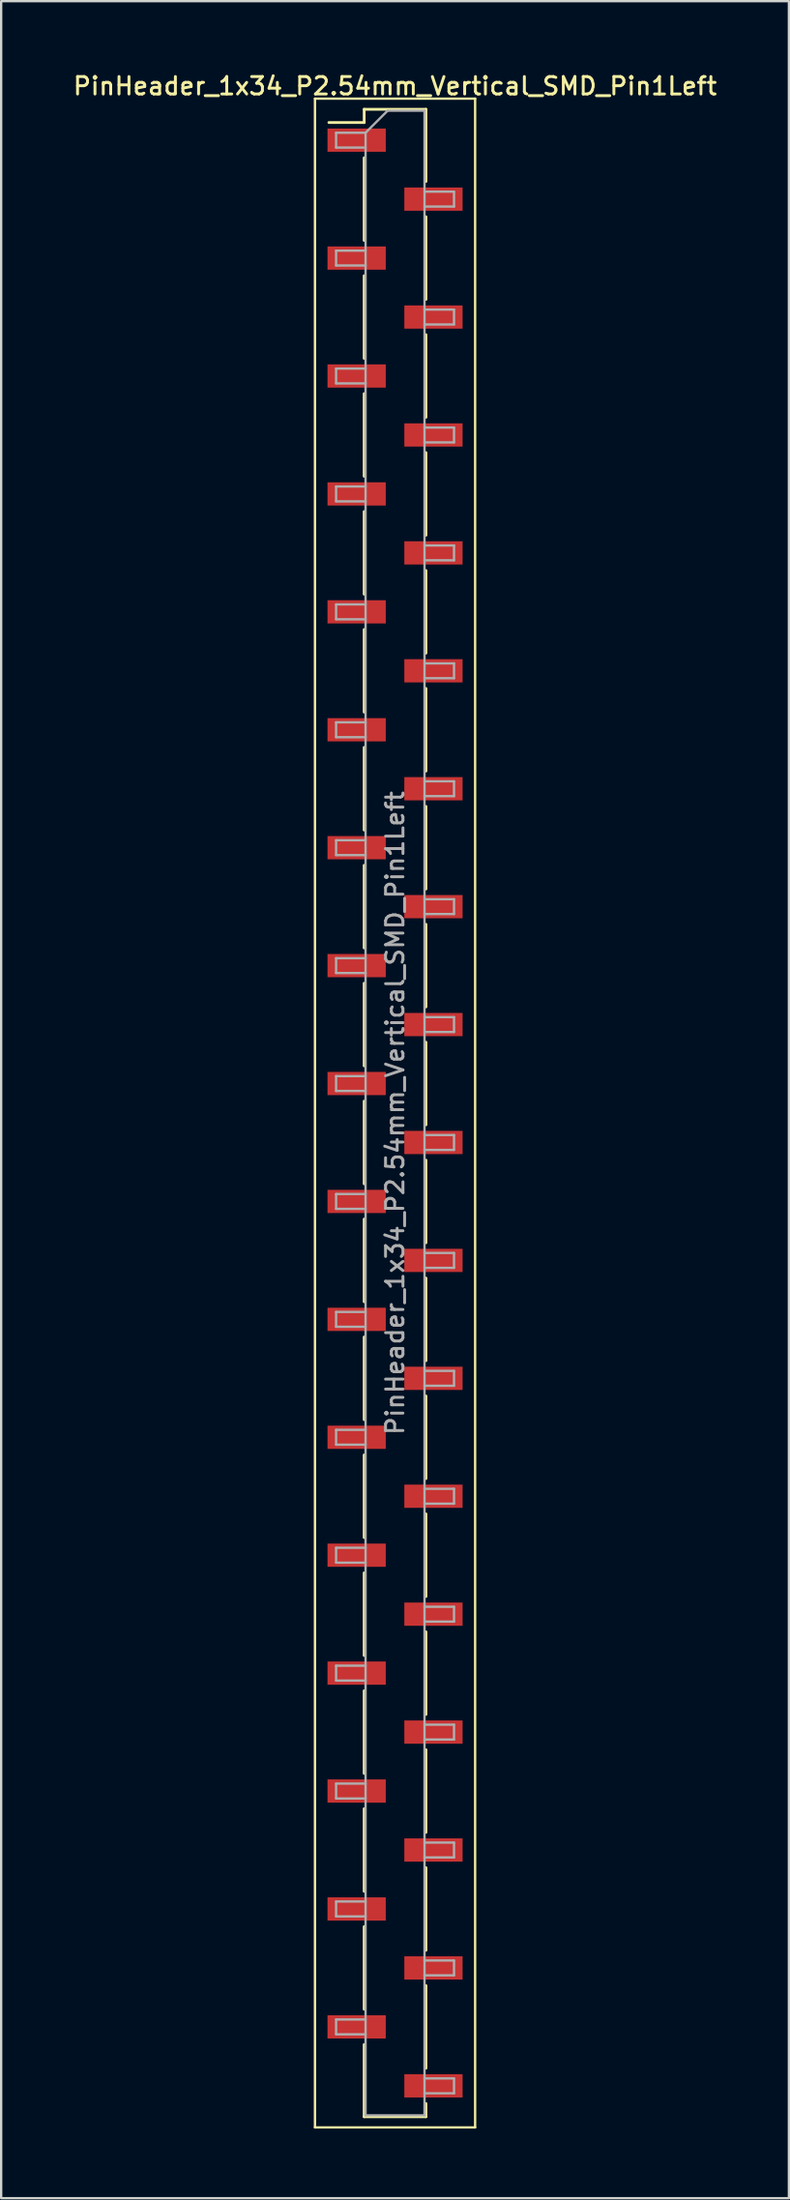
<source format=kicad_pcb>
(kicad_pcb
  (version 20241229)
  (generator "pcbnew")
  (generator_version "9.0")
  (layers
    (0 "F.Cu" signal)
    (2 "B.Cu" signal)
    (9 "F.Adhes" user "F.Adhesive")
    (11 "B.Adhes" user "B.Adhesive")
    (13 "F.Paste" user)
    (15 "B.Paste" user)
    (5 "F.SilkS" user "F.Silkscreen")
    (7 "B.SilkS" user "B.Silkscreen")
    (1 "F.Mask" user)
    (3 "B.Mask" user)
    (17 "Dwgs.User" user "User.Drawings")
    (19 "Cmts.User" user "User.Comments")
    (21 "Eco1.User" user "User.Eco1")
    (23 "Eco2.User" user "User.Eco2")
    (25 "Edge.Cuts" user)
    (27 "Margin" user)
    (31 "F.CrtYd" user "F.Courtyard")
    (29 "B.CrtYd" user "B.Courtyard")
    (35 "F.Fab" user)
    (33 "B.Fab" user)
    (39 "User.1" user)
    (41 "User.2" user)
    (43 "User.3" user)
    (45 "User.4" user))
  (footprint "PinHeader_1x34_P2.54mm_Vertical_SMD_Pin1Left"
    (layer "F.Cu")
    (at 13.97 44.898)
    (property "Reference" "PinHeader_1x34_P2.54mm_Vertical_SMD_Pin1Left" (at 0 -44.24 0) (layer "F.SilkS") (effects (font (size 0.75 0.75) (thickness 0.125))))
    (attr smd)
    (fp_line (start -3.45 -43.7) (end -3.45 43.7) (stroke (width 0.1) (type solid)) (layer "F.SilkS"))
    (fp_line (start -3.45 43.7) (end 3.45 43.7) (stroke (width 0.1) (type solid)) (layer "F.SilkS"))
    (fp_line (start -1.33 -43.24) (end -1.33 -42.67) (stroke (width 0.12) (type solid)) (layer "F.SilkS"))
    (fp_line (start -1.33 -43.24) (end 1.33 -43.24) (stroke (width 0.12) (type solid)) (layer "F.SilkS"))
    (fp_line (start -1.33 -42.67) (end -2.85 -42.67) (stroke (width 0.12) (type solid)) (layer "F.SilkS"))
    (fp_line (start -1.33 -41.15) (end -1.33 -37.59) (stroke (width 0.12) (type solid)) (layer "F.SilkS"))
    (fp_line (start -1.33 -36.07) (end -1.33 -32.51) (stroke (width 0.12) (type solid)) (layer "F.SilkS"))
    (fp_line (start -1.33 -30.99) (end -1.33 -27.43) (stroke (width 0.12) (type solid)) (layer "F.SilkS"))
    (fp_line (start -1.33 -25.91) (end -1.33 -22.35) (stroke (width 0.12) (type solid)) (layer "F.SilkS"))
    (fp_line (start -1.33 -20.83) (end -1.33 -17.27) (stroke (width 0.12) (type solid)) (layer "F.SilkS"))
    (fp_line (start -1.33 -15.75) (end -1.33 -12.19) (stroke (width 0.12) (type solid)) (layer "F.SilkS"))
    (fp_line (start -1.33 -10.67) (end -1.33 -7.11) (stroke (width 0.12) (type solid)) (layer "F.SilkS"))
    (fp_line (start -1.33 -5.59) (end -1.33 -2.03) (stroke (width 0.12) (type solid)) (layer "F.SilkS"))
    (fp_line (start -1.33 -0.51) (end -1.33 3.05) (stroke (width 0.12) (type solid)) (layer "F.SilkS"))
    (fp_line (start -1.33 4.57) (end -1.33 8.13) (stroke (width 0.12) (type solid)) (layer "F.SilkS"))
    (fp_line (start -1.33 9.65) (end -1.33 13.21) (stroke (width 0.12) (type solid)) (layer "F.SilkS"))
    (fp_line (start -1.33 14.73) (end -1.33 18.29) (stroke (width 0.12) (type solid)) (layer "F.SilkS"))
    (fp_line (start -1.33 19.81) (end -1.33 23.37) (stroke (width 0.12) (type solid)) (layer "F.SilkS"))
    (fp_line (start -1.33 24.89) (end -1.33 28.45) (stroke (width 0.12) (type solid)) (layer "F.SilkS"))
    (fp_line (start -1.33 29.97) (end -1.33 33.53) (stroke (width 0.12) (type solid)) (layer "F.SilkS"))
    (fp_line (start -1.33 35.05) (end -1.33 38.61) (stroke (width 0.12) (type solid)) (layer "F.SilkS"))
    (fp_line (start -1.33 40.13) (end -1.33 43.24) (stroke (width 0.12) (type solid)) (layer "F.SilkS"))
    (fp_line (start -1.33 43.24) (end 1.33 43.24) (stroke (width 0.12) (type solid)) (layer "F.SilkS"))
    (fp_line (start 1.33 -43.24) (end 1.33 -40.13) (stroke (width 0.12) (type solid)) (layer "F.SilkS"))
    (fp_line (start 1.33 -38.61) (end 1.33 -35.05) (stroke (width 0.12) (type solid)) (layer "F.SilkS"))
    (fp_line (start 1.33 -33.53) (end 1.33 -29.97) (stroke (width 0.12) (type solid)) (layer "F.SilkS"))
    (fp_line (start 1.33 -28.45) (end 1.33 -24.89) (stroke (width 0.12) (type solid)) (layer "F.SilkS"))
    (fp_line (start 1.33 -23.37) (end 1.33 -19.81) (stroke (width 0.12) (type solid)) (layer "F.SilkS"))
    (fp_line (start 1.33 -18.29) (end 1.33 -14.73) (stroke (width 0.12) (type solid)) (layer "F.SilkS"))
    (fp_line (start 1.33 -13.21) (end 1.33 -9.65) (stroke (width 0.12) (type solid)) (layer "F.SilkS"))
    (fp_line (start 1.33 -8.13) (end 1.33 -4.57) (stroke (width 0.12) (type solid)) (layer "F.SilkS"))
    (fp_line (start 1.33 -3.05) (end 1.33 0.51) (stroke (width 0.12) (type solid)) (layer "F.SilkS"))
    (fp_line (start 1.33 2.03) (end 1.33 5.59) (stroke (width 0.12) (type solid)) (layer "F.SilkS"))
    (fp_line (start 1.33 7.11) (end 1.33 10.67) (stroke (width 0.12) (type solid)) (layer "F.SilkS"))
    (fp_line (start 1.33 12.19) (end 1.33 15.75) (stroke (width 0.12) (type solid)) (layer "F.SilkS"))
    (fp_line (start 1.33 17.27) (end 1.33 20.83) (stroke (width 0.12) (type solid)) (layer "F.SilkS"))
    (fp_line (start 1.33 22.35) (end 1.33 25.91) (stroke (width 0.12) (type solid)) (layer "F.SilkS"))
    (fp_line (start 1.33 27.43) (end 1.33 30.99) (stroke (width 0.12) (type solid)) (layer "F.SilkS"))
    (fp_line (start 1.33 32.51) (end 1.33 36.07) (stroke (width 0.12) (type solid)) (layer "F.SilkS"))
    (fp_line (start 1.33 37.59) (end 1.33 41.15) (stroke (width 0.12) (type solid)) (layer "F.SilkS"))
    (fp_line (start 1.33 42.67) (end 1.33 43.24) (stroke (width 0.12) (type solid)) (layer "F.SilkS"))
    (fp_line (start 3.45 -43.7) (end -3.45 -43.7) (stroke (width 0.1) (type solid)) (layer "F.SilkS"))
    (fp_line (start 3.45 43.7) (end 3.45 -43.7) (stroke (width 0.1) (type solid)) (layer "F.SilkS"))
    (fp_line (start -2.54 -42.23) (end -2.54 -41.59) (stroke (width 0.1) (type solid)) (layer "F.Fab"))
    (fp_line (start -2.54 -41.59) (end -1.27 -41.59) (stroke (width 0.1) (type solid)) (layer "F.Fab"))
    (fp_line (start -2.54 -37.15) (end -2.54 -36.51) (stroke (width 0.1) (type solid)) (layer "F.Fab"))
    (fp_line (start -2.54 -36.51) (end -1.27 -36.51) (stroke (width 0.1) (type solid)) (layer "F.Fab"))
    (fp_line (start -2.54 -32.07) (end -2.54 -31.43) (stroke (width 0.1) (type solid)) (layer "F.Fab"))
    (fp_line (start -2.54 -31.43) (end -1.27 -31.43) (stroke (width 0.1) (type solid)) (layer "F.Fab"))
    (fp_line (start -2.54 -26.99) (end -2.54 -26.35) (stroke (width 0.1) (type solid)) (layer "F.Fab"))
    (fp_line (start -2.54 -26.35) (end -1.27 -26.35) (stroke (width 0.1) (type solid)) (layer "F.Fab"))
    (fp_line (start -2.54 -21.91) (end -2.54 -21.27) (stroke (width 0.1) (type solid)) (layer "F.Fab"))
    (fp_line (start -2.54 -21.27) (end -1.27 -21.27) (stroke (width 0.1) (type solid)) (layer "F.Fab"))
    (fp_line (start -2.54 -16.83) (end -2.54 -16.19) (stroke (width 0.1) (type solid)) (layer "F.Fab"))
    (fp_line (start -2.54 -16.19) (end -1.27 -16.19) (stroke (width 0.1) (type solid)) (layer "F.Fab"))
    (fp_line (start -2.54 -11.75) (end -2.54 -11.11) (stroke (width 0.1) (type solid)) (layer "F.Fab"))
    (fp_line (start -2.54 -11.11) (end -1.27 -11.11) (stroke (width 0.1) (type solid)) (layer "F.Fab"))
    (fp_line (start -2.54 -6.67) (end -2.54 -6.03) (stroke (width 0.1) (type solid)) (layer "F.Fab"))
    (fp_line (start -2.54 -6.03) (end -1.27 -6.03) (stroke (width 0.1) (type solid)) (layer "F.Fab"))
    (fp_line (start -2.54 -1.59) (end -2.54 -0.95) (stroke (width 0.1) (type solid)) (layer "F.Fab"))
    (fp_line (start -2.54 -0.95) (end -1.27 -0.95) (stroke (width 0.1) (type solid)) (layer "F.Fab"))
    (fp_line (start -2.54 3.49) (end -2.54 4.13) (stroke (width 0.1) (type solid)) (layer "F.Fab"))
    (fp_line (start -2.54 4.13) (end -1.27 4.13) (stroke (width 0.1) (type solid)) (layer "F.Fab"))
    (fp_line (start -2.54 8.57) (end -2.54 9.21) (stroke (width 0.1) (type solid)) (layer "F.Fab"))
    (fp_line (start -2.54 9.21) (end -1.27 9.21) (stroke (width 0.1) (type solid)) (layer "F.Fab"))
    (fp_line (start -2.54 13.65) (end -2.54 14.29) (stroke (width 0.1) (type solid)) (layer "F.Fab"))
    (fp_line (start -2.54 14.29) (end -1.27 14.29) (stroke (width 0.1) (type solid)) (layer "F.Fab"))
    (fp_line (start -2.54 18.73) (end -2.54 19.37) (stroke (width 0.1) (type solid)) (layer "F.Fab"))
    (fp_line (start -2.54 19.37) (end -1.27 19.37) (stroke (width 0.1) (type solid)) (layer "F.Fab"))
    (fp_line (start -2.54 23.81) (end -2.54 24.45) (stroke (width 0.1) (type solid)) (layer "F.Fab"))
    (fp_line (start -2.54 24.45) (end -1.27 24.45) (stroke (width 0.1) (type solid)) (layer "F.Fab"))
    (fp_line (start -2.54 28.89) (end -2.54 29.53) (stroke (width 0.1) (type solid)) (layer "F.Fab"))
    (fp_line (start -2.54 29.53) (end -1.27 29.53) (stroke (width 0.1) (type solid)) (layer "F.Fab"))
    (fp_line (start -2.54 33.97) (end -2.54 34.61) (stroke (width 0.1) (type solid)) (layer "F.Fab"))
    (fp_line (start -2.54 34.61) (end -1.27 34.61) (stroke (width 0.1) (type solid)) (layer "F.Fab"))
    (fp_line (start -2.54 39.05) (end -2.54 39.69) (stroke (width 0.1) (type solid)) (layer "F.Fab"))
    (fp_line (start -2.54 39.69) (end -1.27 39.69) (stroke (width 0.1) (type solid)) (layer "F.Fab"))
    (fp_line (start -1.27 -42.23) (end -2.54 -42.23) (stroke (width 0.1) (type solid)) (layer "F.Fab"))
    (fp_line (start -1.27 -42.23) (end -0.32 -43.18) (stroke (width 0.1) (type solid)) (layer "F.Fab"))
    (fp_line (start -1.27 -37.15) (end -2.54 -37.15) (stroke (width 0.1) (type solid)) (layer "F.Fab"))
    (fp_line (start -1.27 -32.07) (end -2.54 -32.07) (stroke (width 0.1) (type solid)) (layer "F.Fab"))
    (fp_line (start -1.27 -26.99) (end -2.54 -26.99) (stroke (width 0.1) (type solid)) (layer "F.Fab"))
    (fp_line (start -1.27 -21.91) (end -2.54 -21.91) (stroke (width 0.1) (type solid)) (layer "F.Fab"))
    (fp_line (start -1.27 -16.83) (end -2.54 -16.83) (stroke (width 0.1) (type solid)) (layer "F.Fab"))
    (fp_line (start -1.27 -11.75) (end -2.54 -11.75) (stroke (width 0.1) (type solid)) (layer "F.Fab"))
    (fp_line (start -1.27 -6.67) (end -2.54 -6.67) (stroke (width 0.1) (type solid)) (layer "F.Fab"))
    (fp_line (start -1.27 -1.59) (end -2.54 -1.59) (stroke (width 0.1) (type solid)) (layer "F.Fab"))
    (fp_line (start -1.27 3.49) (end -2.54 3.49) (stroke (width 0.1) (type solid)) (layer "F.Fab"))
    (fp_line (start -1.27 8.57) (end -2.54 8.57) (stroke (width 0.1) (type solid)) (layer "F.Fab"))
    (fp_line (start -1.27 13.65) (end -2.54 13.65) (stroke (width 0.1) (type solid)) (layer "F.Fab"))
    (fp_line (start -1.27 18.73) (end -2.54 18.73) (stroke (width 0.1) (type solid)) (layer "F.Fab"))
    (fp_line (start -1.27 23.81) (end -2.54 23.81) (stroke (width 0.1) (type solid)) (layer "F.Fab"))
    (fp_line (start -1.27 28.89) (end -2.54 28.89) (stroke (width 0.1) (type solid)) (layer "F.Fab"))
    (fp_line (start -1.27 33.97) (end -2.54 33.97) (stroke (width 0.1) (type solid)) (layer "F.Fab"))
    (fp_line (start -1.27 39.05) (end -2.54 39.05) (stroke (width 0.1) (type solid)) (layer "F.Fab"))
    (fp_line (start -1.27 43.18) (end -1.27 -42.23) (stroke (width 0.1) (type solid)) (layer "F.Fab"))
    (fp_line (start -0.32 -43.18) (end 1.27 -43.18) (stroke (width 0.1) (type solid)) (layer "F.Fab"))
    (fp_line (start 1.27 -43.18) (end 1.27 43.18) (stroke (width 0.1) (type solid)) (layer "F.Fab"))
    (fp_line (start 1.27 -39.69) (end 2.54 -39.69) (stroke (width 0.1) (type solid)) (layer "F.Fab"))
    (fp_line (start 1.27 -34.61) (end 2.54 -34.61) (stroke (width 0.1) (type solid)) (layer "F.Fab"))
    (fp_line (start 1.27 -29.53) (end 2.54 -29.53) (stroke (width 0.1) (type solid)) (layer "F.Fab"))
    (fp_line (start 1.27 -24.45) (end 2.54 -24.45) (stroke (width 0.1) (type solid)) (layer "F.Fab"))
    (fp_line (start 1.27 -19.37) (end 2.54 -19.37) (stroke (width 0.1) (type solid)) (layer "F.Fab"))
    (fp_line (start 1.27 -14.29) (end 2.54 -14.29) (stroke (width 0.1) (type solid)) (layer "F.Fab"))
    (fp_line (start 1.27 -9.21) (end 2.54 -9.21) (stroke (width 0.1) (type solid)) (layer "F.Fab"))
    (fp_line (start 1.27 -4.13) (end 2.54 -4.13) (stroke (width 0.1) (type solid)) (layer "F.Fab"))
    (fp_line (start 1.27 0.95) (end 2.54 0.95) (stroke (width 0.1) (type solid)) (layer "F.Fab"))
    (fp_line (start 1.27 6.03) (end 2.54 6.03) (stroke (width 0.1) (type solid)) (layer "F.Fab"))
    (fp_line (start 1.27 11.11) (end 2.54 11.11) (stroke (width 0.1) (type solid)) (layer "F.Fab"))
    (fp_line (start 1.27 16.19) (end 2.54 16.19) (stroke (width 0.1) (type solid)) (layer "F.Fab"))
    (fp_line (start 1.27 21.27) (end 2.54 21.27) (stroke (width 0.1) (type solid)) (layer "F.Fab"))
    (fp_line (start 1.27 26.35) (end 2.54 26.35) (stroke (width 0.1) (type solid)) (layer "F.Fab"))
    (fp_line (start 1.27 31.43) (end 2.54 31.43) (stroke (width 0.1) (type solid)) (layer "F.Fab"))
    (fp_line (start 1.27 36.51) (end 2.54 36.51) (stroke (width 0.1) (type solid)) (layer "F.Fab"))
    (fp_line (start 1.27 41.59) (end 2.54 41.59) (stroke (width 0.1) (type solid)) (layer "F.Fab"))
    (fp_line (start 1.27 43.18) (end -1.27 43.18) (stroke (width 0.1) (type solid)) (layer "F.Fab"))
    (fp_line (start 2.54 -39.69) (end 2.54 -39.05) (stroke (width 0.1) (type solid)) (layer "F.Fab"))
    (fp_line (start 2.54 -39.05) (end 1.27 -39.05) (stroke (width 0.1) (type solid)) (layer "F.Fab"))
    (fp_line (start 2.54 -34.61) (end 2.54 -33.97) (stroke (width 0.1) (type solid)) (layer "F.Fab"))
    (fp_line (start 2.54 -33.97) (end 1.27 -33.97) (stroke (width 0.1) (type solid)) (layer "F.Fab"))
    (fp_line (start 2.54 -29.53) (end 2.54 -28.89) (stroke (width 0.1) (type solid)) (layer "F.Fab"))
    (fp_line (start 2.54 -28.89) (end 1.27 -28.89) (stroke (width 0.1) (type solid)) (layer "F.Fab"))
    (fp_line (start 2.54 -24.45) (end 2.54 -23.81) (stroke (width 0.1) (type solid)) (layer "F.Fab"))
    (fp_line (start 2.54 -23.81) (end 1.27 -23.81) (stroke (width 0.1) (type solid)) (layer "F.Fab"))
    (fp_line (start 2.54 -19.37) (end 2.54 -18.73) (stroke (width 0.1) (type solid)) (layer "F.Fab"))
    (fp_line (start 2.54 -18.73) (end 1.27 -18.73) (stroke (width 0.1) (type solid)) (layer "F.Fab"))
    (fp_line (start 2.54 -14.29) (end 2.54 -13.65) (stroke (width 0.1) (type solid)) (layer "F.Fab"))
    (fp_line (start 2.54 -13.65) (end 1.27 -13.65) (stroke (width 0.1) (type solid)) (layer "F.Fab"))
    (fp_line (start 2.54 -9.21) (end 2.54 -8.57) (stroke (width 0.1) (type solid)) (layer "F.Fab"))
    (fp_line (start 2.54 -8.57) (end 1.27 -8.57) (stroke (width 0.1) (type solid)) (layer "F.Fab"))
    (fp_line (start 2.54 -4.13) (end 2.54 -3.49) (stroke (width 0.1) (type solid)) (layer "F.Fab"))
    (fp_line (start 2.54 -3.49) (end 1.27 -3.49) (stroke (width 0.1) (type solid)) (layer "F.Fab"))
    (fp_line (start 2.54 0.95) (end 2.54 1.59) (stroke (width 0.1) (type solid)) (layer "F.Fab"))
    (fp_line (start 2.54 1.59) (end 1.27 1.59) (stroke (width 0.1) (type solid)) (layer "F.Fab"))
    (fp_line (start 2.54 6.03) (end 2.54 6.67) (stroke (width 0.1) (type solid)) (layer "F.Fab"))
    (fp_line (start 2.54 6.67) (end 1.27 6.67) (stroke (width 0.1) (type solid)) (layer "F.Fab"))
    (fp_line (start 2.54 11.11) (end 2.54 11.75) (stroke (width 0.1) (type solid)) (layer "F.Fab"))
    (fp_line (start 2.54 11.75) (end 1.27 11.75) (stroke (width 0.1) (type solid)) (layer "F.Fab"))
    (fp_line (start 2.54 16.19) (end 2.54 16.83) (stroke (width 0.1) (type solid)) (layer "F.Fab"))
    (fp_line (start 2.54 16.83) (end 1.27 16.83) (stroke (width 0.1) (type solid)) (layer "F.Fab"))
    (fp_line (start 2.54 21.27) (end 2.54 21.91) (stroke (width 0.1) (type solid)) (layer "F.Fab"))
    (fp_line (start 2.54 21.91) (end 1.27 21.91) (stroke (width 0.1) (type solid)) (layer "F.Fab"))
    (fp_line (start 2.54 26.35) (end 2.54 26.99) (stroke (width 0.1) (type solid)) (layer "F.Fab"))
    (fp_line (start 2.54 26.99) (end 1.27 26.99) (stroke (width 0.1) (type solid)) (layer "F.Fab"))
    (fp_line (start 2.54 31.43) (end 2.54 32.07) (stroke (width 0.1) (type solid)) (layer "F.Fab"))
    (fp_line (start 2.54 32.07) (end 1.27 32.07) (stroke (width 0.1) (type solid)) (layer "F.Fab"))
    (fp_line (start 2.54 36.51) (end 2.54 37.15) (stroke (width 0.1) (type solid)) (layer "F.Fab"))
    (fp_line (start 2.54 37.15) (end 1.27 37.15) (stroke (width 0.1) (type solid)) (layer "F.Fab"))
    (fp_line (start 2.54 41.59) (end 2.54 42.23) (stroke (width 0.1) (type solid)) (layer "F.Fab"))
    (fp_line (start 2.54 42.23) (end 1.27 42.23) (stroke (width 0.1) (type solid)) (layer "F.Fab"))
    (fp_text user "${REFERENCE}" (at 0 0 90) (layer "F.Fab") (effects (font (size 0.75 0.75) (thickness 0.125))))
    (pad "1" smd rect (at -1.655 -41.91) (size 2.51 1) (layers "F.Cu" "F.Mask" "F.Paste"))
    (pad "2" smd rect (at 1.655 -39.37) (size 2.51 1) (layers "F.Cu" "F.Mask" "F.Paste"))
    (pad "3" smd rect (at -1.655 -36.83) (size 2.51 1) (layers "F.Cu" "F.Mask" "F.Paste"))
    (pad "4" smd rect (at 1.655 -34.29) (size 2.51 1) (layers "F.Cu" "F.Mask" "F.Paste"))
    (pad "5" smd rect (at -1.655 -31.75) (size 2.51 1) (layers "F.Cu" "F.Mask" "F.Paste"))
    (pad "6" smd rect (at 1.655 -29.21) (size 2.51 1) (layers "F.Cu" "F.Mask" "F.Paste"))
    (pad "7" smd rect (at -1.655 -26.67) (size 2.51 1) (layers "F.Cu" "F.Mask" "F.Paste"))
    (pad "8" smd rect (at 1.655 -24.13) (size 2.51 1) (layers "F.Cu" "F.Mask" "F.Paste"))
    (pad "9" smd rect (at -1.655 -21.59) (size 2.51 1) (layers "F.Cu" "F.Mask" "F.Paste"))
    (pad "10" smd rect (at 1.655 -19.05) (size 2.51 1) (layers "F.Cu" "F.Mask" "F.Paste"))
    (pad "11" smd rect (at -1.655 -16.51) (size 2.51 1) (layers "F.Cu" "F.Mask" "F.Paste"))
    (pad "12" smd rect (at 1.655 -13.97) (size 2.51 1) (layers "F.Cu" "F.Mask" "F.Paste"))
    (pad "13" smd rect (at -1.655 -11.43) (size 2.51 1) (layers "F.Cu" "F.Mask" "F.Paste"))
    (pad "14" smd rect (at 1.655 -8.89) (size 2.51 1) (layers "F.Cu" "F.Mask" "F.Paste"))
    (pad "15" smd rect (at -1.655 -6.35) (size 2.51 1) (layers "F.Cu" "F.Mask" "F.Paste"))
    (pad "16" smd rect (at 1.655 -3.81) (size 2.51 1) (layers "F.Cu" "F.Mask" "F.Paste"))
    (pad "17" smd rect (at -1.655 -1.27) (size 2.51 1) (layers "F.Cu" "F.Mask" "F.Paste"))
    (pad "18" smd rect (at 1.655 1.27) (size 2.51 1) (layers "F.Cu" "F.Mask" "F.Paste"))
    (pad "19" smd rect (at -1.655 3.81) (size 2.51 1) (layers "F.Cu" "F.Mask" "F.Paste"))
    (pad "20" smd rect (at 1.655 6.35) (size 2.51 1) (layers "F.Cu" "F.Mask" "F.Paste"))
    (pad "21" smd rect (at -1.655 8.89) (size 2.51 1) (layers "F.Cu" "F.Mask" "F.Paste"))
    (pad "22" smd rect (at 1.655 11.43) (size 2.51 1) (layers "F.Cu" "F.Mask" "F.Paste"))
    (pad "23" smd rect (at -1.655 13.97) (size 2.51 1) (layers "F.Cu" "F.Mask" "F.Paste"))
    (pad "24" smd rect (at 1.655 16.51) (size 2.51 1) (layers "F.Cu" "F.Mask" "F.Paste"))
    (pad "25" smd rect (at -1.655 19.05) (size 2.51 1) (layers "F.Cu" "F.Mask" "F.Paste"))
    (pad "26" smd rect (at 1.655 21.59) (size 2.51 1) (layers "F.Cu" "F.Mask" "F.Paste"))
    (pad "27" smd rect (at -1.655 24.13) (size 2.51 1) (layers "F.Cu" "F.Mask" "F.Paste"))
    (pad "28" smd rect (at 1.655 26.67) (size 2.51 1) (layers "F.Cu" "F.Mask" "F.Paste"))
    (pad "29" smd rect (at -1.655 29.21) (size 2.51 1) (layers "F.Cu" "F.Mask" "F.Paste"))
    (pad "30" smd rect (at 1.655 31.75) (size 2.51 1) (layers "F.Cu" "F.Mask" "F.Paste"))
    (pad "31" smd rect (at -1.655 34.29) (size 2.51 1) (layers "F.Cu" "F.Mask" "F.Paste"))
    (pad "32" smd rect (at 1.655 36.83) (size 2.51 1) (layers "F.Cu" "F.Mask" "F.Paste"))
    (pad "33" smd rect (at -1.655 39.37) (size 2.51 1) (layers "F.Cu" "F.Mask" "F.Paste"))
    (pad "34" smd rect (at 1.655 41.91) (size 2.51 1) (layers "F.Cu" "F.Mask" "F.Paste")))
  (gr_rect
    (start -3 -3)
    (end 30.939 91.648)
    (stroke (width 0.1) (type default))
    (fill no)
    (layer "Edge.Cuts")))
</source>
